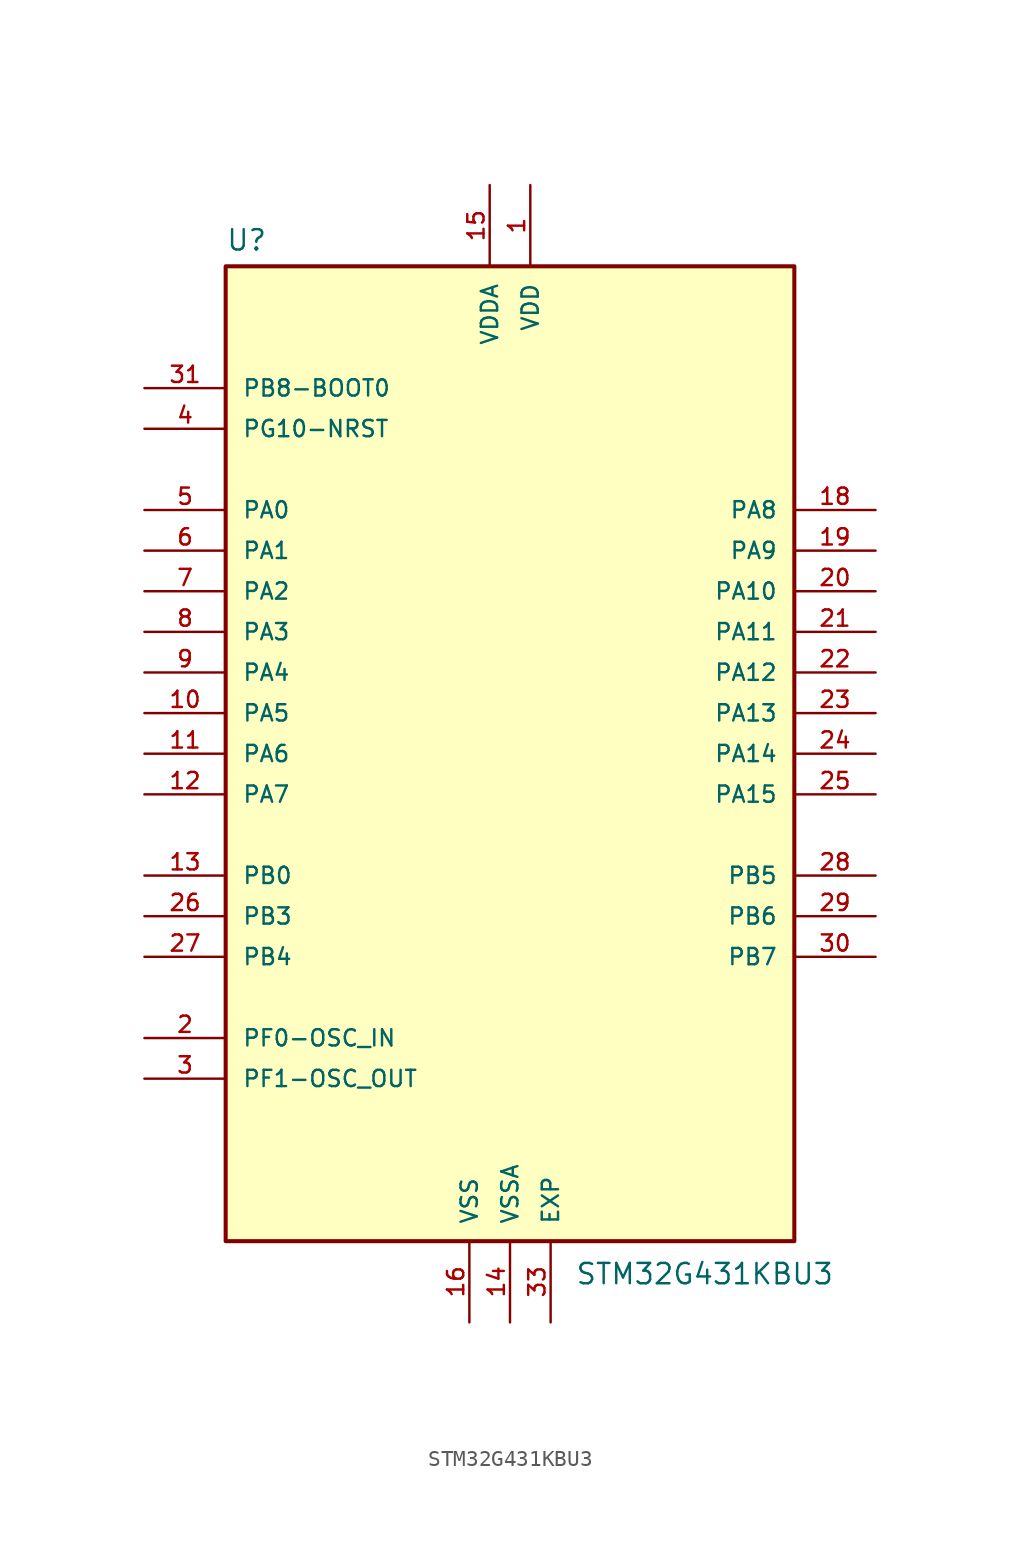
<source format=kicad_sym>
(kicad_symbol_lib
  (version 20231120)
  (generator "kicad_symbol_editor")
  (generator_version "8.0")
  (symbol "STM32G431KBU3"
    (pin_names
      (offset 1.016))
    (property "Reference" "U"
      (at -17.78 31.369 0)
      (effects (font (size 1.27 1.27)) (justify left bottom)))
    (property "Value" "STM32G431KBU3"
      (at 4.064 -33.274 0)
      (effects (font (size 1.27 1.27)) (justify left bottom)))
    (symbol "STM32G431KBU3_0_0"
      (rectangle (start -17.78 30.48) (end 17.78 -30.48) (stroke (width 0.254) (type default)) (fill (type background)))
      (pin power_in line (at 1.27 35.56 270) (length 5.08) (name "VDD" (effects (font (size 1.016 1.016)))) (number "1" (effects (font (size 1.016 1.016)))))
      (pin bidirectional line (at -22.86 2.54 0) (length 5.08) (name "PA5" (effects (font (size 1.016 1.016)))) (number "10" (effects (font (size 1.016 1.016)))))
      (pin bidirectional line (at -22.86 0 0) (length 5.08) (name "PA6" (effects (font (size 1.016 1.016)))) (number "11" (effects (font (size 1.016 1.016)))))
      (pin bidirectional line (at -22.86 -2.54 0) (length 5.08) (name "PA7" (effects (font (size 1.016 1.016)))) (number "12" (effects (font (size 1.016 1.016)))))
      (pin bidirectional line (at -22.86 -7.62 0) (length 5.08) (name "PB0" (effects (font (size 1.016 1.016)))) (number "13" (effects (font (size 1.016 1.016)))))
      (pin power_in line (at 0 -35.56 90) (length 5.08) (name "VSSA" (effects (font (size 1.016 1.016)))) (number "14" (effects (font (size 1.016 1.016)))))
      (pin power_in line (at -1.27 35.56 270) (length 5.08) (name "VDDA" (effects (font (size 1.016 1.016)))) (number "15" (effects (font (size 1.016 1.016)))))
      (pin power_in line (at -2.54 -35.56 90) (length 5.08) (name "VSS" (effects (font (size 1.016 1.016)))) (number "16" (effects (font (size 1.016 1.016)))))
      (pin bidirectional line (at 22.86 15.24 180) (length 5.08) (name "PA8" (effects (font (size 1.016 1.016)))) (number "18" (effects (font (size 1.016 1.016)))))
      (pin bidirectional line (at 22.86 12.7 180) (length 5.08) (name "PA9" (effects (font (size 1.016 1.016)))) (number "19" (effects (font (size 1.016 1.016)))))
      (pin bidirectional line (at -22.86 -17.78 0) (length 5.08) (name "PF0-OSC_IN" (effects (font (size 1.016 1.016)))) (number "2" (effects (font (size 1.016 1.016)))))
      (pin bidirectional line (at 22.86 10.16 180) (length 5.08) (name "PA10" (effects (font (size 1.016 1.016)))) (number "20" (effects (font (size 1.016 1.016)))))
      (pin bidirectional line (at 22.86 7.62 180) (length 5.08) (name "PA11" (effects (font (size 1.016 1.016)))) (number "21" (effects (font (size 1.016 1.016)))))
      (pin bidirectional line (at 22.86 5.08 180) (length 5.08) (name "PA12" (effects (font (size 1.016 1.016)))) (number "22" (effects (font (size 1.016 1.016)))))
      (pin bidirectional line (at 22.86 2.54 180) (length 5.08) (name "PA13" (effects (font (size 1.016 1.016)))) (number "23" (effects (font (size 1.016 1.016)))))
      (pin bidirectional line (at 22.86 0 180) (length 5.08) (name "PA14" (effects (font (size 1.016 1.016)))) (number "24" (effects (font (size 1.016 1.016)))))
      (pin bidirectional line (at 22.86 -2.54 180) (length 5.08) (name "PA15" (effects (font (size 1.016 1.016)))) (number "25" (effects (font (size 1.016 1.016)))))
      (pin bidirectional line (at -22.86 -10.16 0) (length 5.08) (name "PB3" (effects (font (size 1.016 1.016)))) (number "26" (effects (font (size 1.016 1.016)))))
      (pin bidirectional line (at -22.86 -12.7 0) (length 5.08) (name "PB4" (effects (font (size 1.016 1.016)))) (number "27" (effects (font (size 1.016 1.016)))))
      (pin bidirectional line (at 22.86 -7.62 180) (length 5.08) (name "PB5" (effects (font (size 1.016 1.016)))) (number "28" (effects (font (size 1.016 1.016)))))
      (pin bidirectional line (at 22.86 -10.16 180) (length 5.08) (name "PB6" (effects (font (size 1.016 1.016)))) (number "29" (effects (font (size 1.016 1.016)))))
      (pin bidirectional line (at -22.86 -20.32 0) (length 5.08) (name "PF1-OSC_OUT" (effects (font (size 1.016 1.016)))) (number "3" (effects (font (size 1.016 1.016)))))
      (pin bidirectional line (at 22.86 -12.7 180) (length 5.08) (name "PB7" (effects (font (size 1.016 1.016)))) (number "30" (effects (font (size 1.016 1.016)))))
      (pin bidirectional line (at -22.86 22.86 0) (length 5.08) (name "PB8-BOOT0" (effects (font (size 1.016 1.016)))) (number "31" (effects (font (size 1.016 1.016)))))
      (pin power_in line (at 2.54 -35.56 90) (length 5.08) (name "EXP" (effects (font (size 1.016 1.016)))) (number "33" (effects (font (size 1.016 1.016)))))
      (pin bidirectional line (at -22.86 20.32 0) (length 5.08) (name "PG10-NRST" (effects (font (size 1.016 1.016)))) (number "4" (effects (font (size 1.016 1.016)))))
      (pin bidirectional line (at -22.86 15.24 0) (length 5.08) (name "PA0" (effects (font (size 1.016 1.016)))) (number "5" (effects (font (size 1.016 1.016)))))
      (pin bidirectional line (at -22.86 12.7 0) (length 5.08) (name "PA1" (effects (font (size 1.016 1.016)))) (number "6" (effects (font (size 1.016 1.016)))))
      (pin bidirectional line (at -22.86 10.16 0) (length 5.08) (name "PA2" (effects (font (size 1.016 1.016)))) (number "7" (effects (font (size 1.016 1.016)))))
      (pin bidirectional line (at -22.86 7.62 0) (length 5.08) (name "PA3" (effects (font (size 1.016 1.016)))) (number "8" (effects (font (size 1.016 1.016)))))
      (pin bidirectional line (at -22.86 5.08 0) (length 5.08) (name "PA4" (effects (font (size 1.016 1.016)))) (number "9" (effects (font (size 1.016 1.016))))))
    (symbol "STM32G431KBU3_1_0"
      (pin power_in line (at 1.27 35.56 270) (length 5.08) hide (name "VDD" (effects (font (size 1.016 1.016)))) (number "17" (effects (font (size 1.016 1.016)))))
      (pin power_in line (at -2.54 -35.56 90) (length 5.08) hide (name "VSS" (effects (font (size 1.016 1.016)))) (number "32" (effects (font (size 1.016 1.016))))))))
</source>
